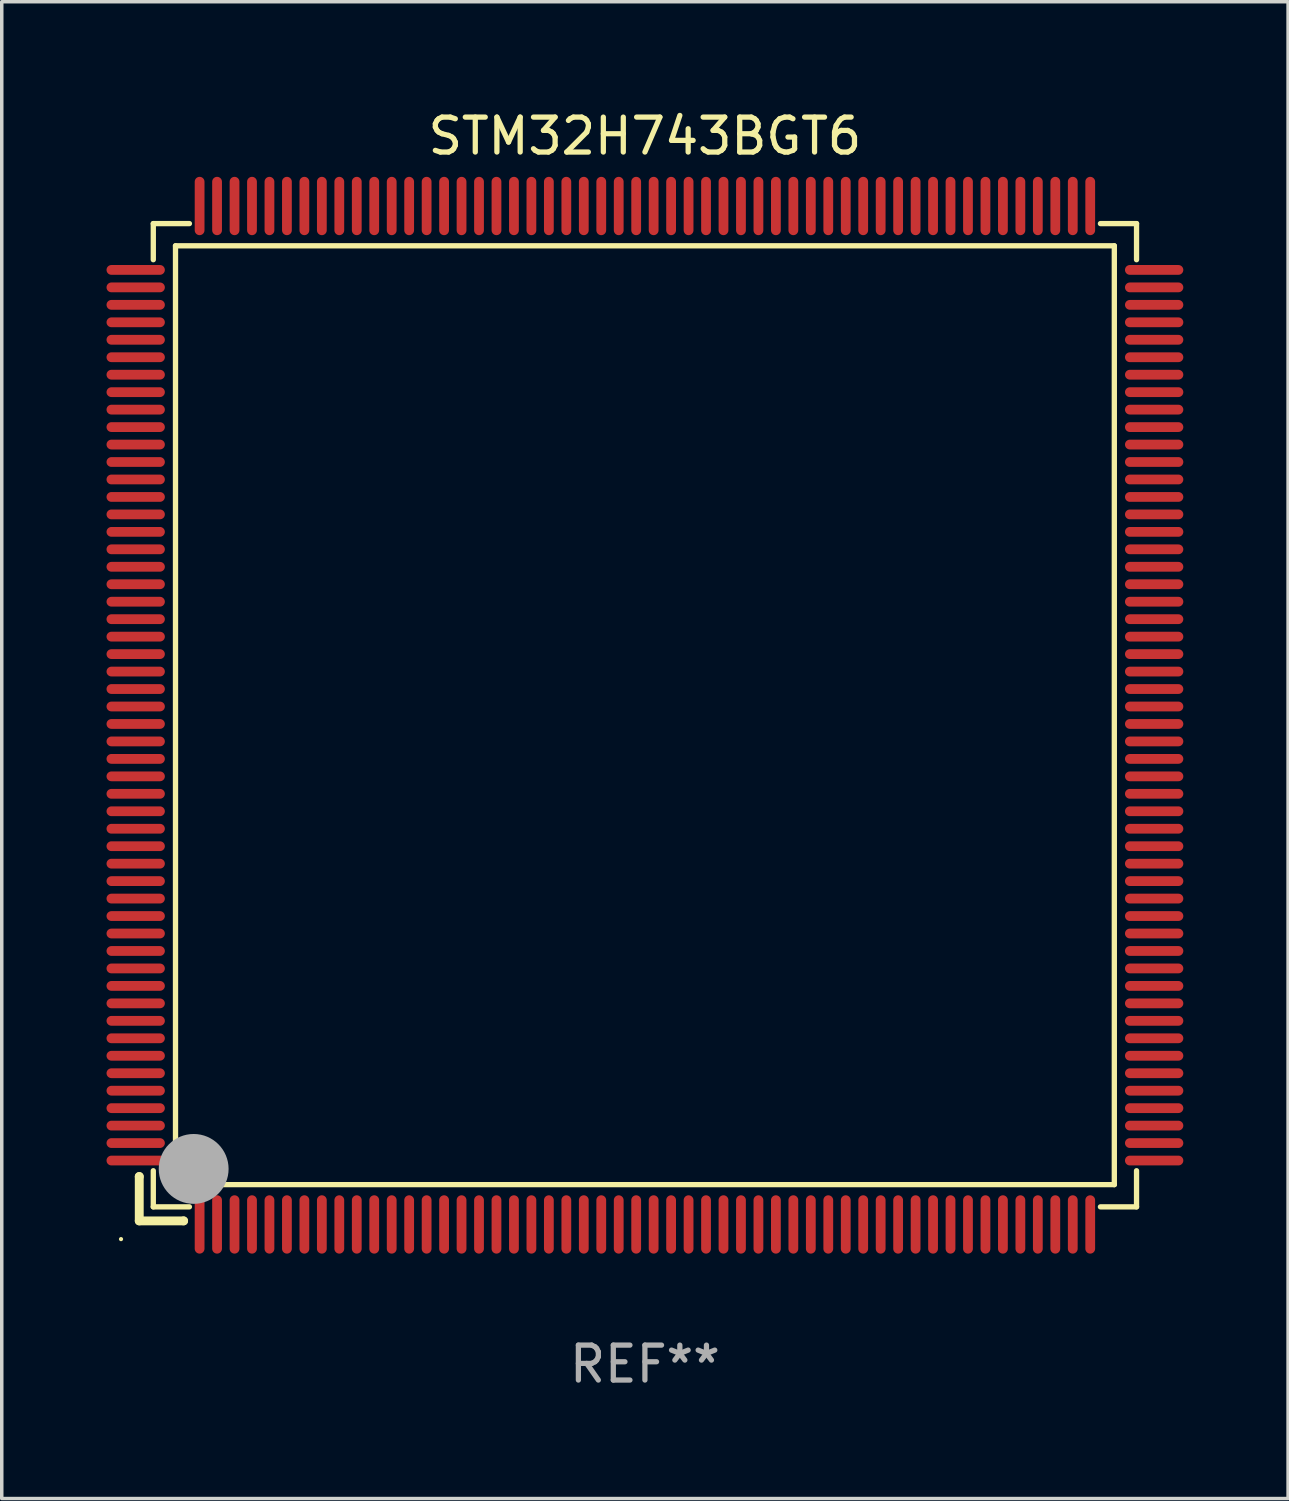
<source format=kicad_pcb>
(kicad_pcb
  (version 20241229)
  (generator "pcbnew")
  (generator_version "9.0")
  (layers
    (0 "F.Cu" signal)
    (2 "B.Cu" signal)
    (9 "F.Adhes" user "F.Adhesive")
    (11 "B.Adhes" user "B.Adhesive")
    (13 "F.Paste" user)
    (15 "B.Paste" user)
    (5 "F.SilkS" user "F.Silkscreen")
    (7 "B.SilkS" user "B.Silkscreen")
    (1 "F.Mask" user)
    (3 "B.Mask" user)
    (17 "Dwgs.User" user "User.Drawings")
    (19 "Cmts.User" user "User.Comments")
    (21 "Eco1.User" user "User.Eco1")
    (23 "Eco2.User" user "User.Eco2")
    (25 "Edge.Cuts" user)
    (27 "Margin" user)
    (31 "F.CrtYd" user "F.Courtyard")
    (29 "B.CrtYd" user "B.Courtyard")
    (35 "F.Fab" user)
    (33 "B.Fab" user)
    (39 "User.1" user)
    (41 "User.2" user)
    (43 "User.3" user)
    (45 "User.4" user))
  (footprint "STM32H743BGT6"
    (layer "F.Cu")
    (at 15.415 17.428)
    (property "Reference" "STM32H743BGT6" (at 0 -16.58 0) (layer "F.SilkS") (effects (font (size 1 1) (thickness 0.15))))
    (attr through_hole)
    (fp_line (start -14.478 13.208) (end -14.478 13.208) (stroke (width 0.254) (type solid)) (layer "F.SilkS"))
    (fp_line (start -14.478 13.208) (end -14.478 14.478) (stroke (width 0.254) (type solid)) (layer "F.SilkS"))
    (fp_line (start -14.478 14.478) (end -13.208 14.478) (stroke (width 0.254) (type solid)) (layer "F.SilkS"))
    (fp_line (start -14.076 -14.076) (end -14.076 -13.042) (stroke (width 0.152) (type solid)) (layer "F.SilkS"))
    (fp_line (start -14.076 14.076) (end -14.076 13.042) (stroke (width 0.152) (type solid)) (layer "F.SilkS"))
    (fp_line (start -13.44 -13.44) (end 13.44 -13.44) (stroke (width 0.152) (type solid)) (layer "F.SilkS"))
    (fp_line (start -13.44 13.44) (end -13.44 -13.44) (stroke (width 0.152) (type solid)) (layer "F.SilkS"))
    (fp_line (start -13.208 14.478) (end -13.208 14.478) (stroke (width 0.254) (type solid)) (layer "F.SilkS"))
    (fp_line (start -13.042 -14.076) (end -14.076 -14.076) (stroke (width 0.152) (type solid)) (layer "F.SilkS"))
    (fp_line (start -13.042 14.076) (end -14.076 14.076) (stroke (width 0.152) (type solid)) (layer "F.SilkS"))
    (fp_line (start 13.042 -14.076) (end 14.076 -14.076) (stroke (width 0.152) (type solid)) (layer "F.SilkS"))
    (fp_line (start 13.042 14.076) (end 14.076 14.076) (stroke (width 0.152) (type solid)) (layer "F.SilkS"))
    (fp_line (start 13.44 -13.44) (end 13.44 13.44) (stroke (width 0.152) (type solid)) (layer "F.SilkS"))
    (fp_line (start 13.44 13.44) (end -13.44 13.44) (stroke (width 0.152) (type solid)) (layer "F.SilkS"))
    (fp_line (start 14.076 -14.076) (end 14.076 -13.042) (stroke (width 0.152) (type solid)) (layer "F.SilkS"))
    (fp_line (start 14.076 14.076) (end 14.076 13.042) (stroke (width 0.152) (type solid)) (layer "F.SilkS"))
    (fp_circle (center -15 15) (end -14.97 15) (stroke (width 0.06) (type solid)) (fill no) (layer "F.SilkS"))
    (fp_circle (center -13.138 13.138) (end -13.063 13.138) (stroke (width 0.15) (type solid)) (fill no) (layer "F.SilkS"))
    (fp_circle (center -12.92 12.99) (end -12.42 12.99) (stroke (width 1) (type solid)) (fill no) (layer "F.Fab"))
    (fp_text user "REF**" (at 0 18.58 0) (layer "F.Fab") (effects (font (size 1 1) (thickness 0.15))))
    (pad "1" smd oval (at -12.75 14.58) (size 0.28 1.67) (layers "F.Cu" "F.Mask" "F.Paste"))
    (pad "2" smd oval (at -12.25 14.58) (size 0.28 1.67) (layers "F.Cu" "F.Mask" "F.Paste"))
    (pad "3" smd oval (at -11.75 14.58) (size 0.28 1.67) (layers "F.Cu" "F.Mask" "F.Paste"))
    (pad "4" smd oval (at -11.25 14.58) (size 0.28 1.67) (layers "F.Cu" "F.Mask" "F.Paste"))
    (pad "5" smd oval (at -10.75 14.58) (size 0.28 1.67) (layers "F.Cu" "F.Mask" "F.Paste"))
    (pad "6" smd oval (at -10.25 14.58) (size 0.28 1.67) (layers "F.Cu" "F.Mask" "F.Paste"))
    (pad "7" smd oval (at -9.75 14.58) (size 0.28 1.67) (layers "F.Cu" "F.Mask" "F.Paste"))
    (pad "8" smd oval (at -9.25 14.58) (size 0.28 1.67) (layers "F.Cu" "F.Mask" "F.Paste"))
    (pad "9" smd oval (at -8.75 14.58) (size 0.28 1.67) (layers "F.Cu" "F.Mask" "F.Paste"))
    (pad "10" smd oval (at -8.25 14.58) (size 0.28 1.67) (layers "F.Cu" "F.Mask" "F.Paste"))
    (pad "11" smd oval (at -7.75 14.58) (size 0.28 1.67) (layers "F.Cu" "F.Mask" "F.Paste"))
    (pad "12" smd oval (at -7.25 14.58) (size 0.28 1.67) (layers "F.Cu" "F.Mask" "F.Paste"))
    (pad "13" smd oval (at -6.75 14.58) (size 0.28 1.67) (layers "F.Cu" "F.Mask" "F.Paste"))
    (pad "14" smd oval (at -6.25 14.58) (size 0.28 1.67) (layers "F.Cu" "F.Mask" "F.Paste"))
    (pad "15" smd oval (at -5.75 14.58) (size 0.28 1.67) (layers "F.Cu" "F.Mask" "F.Paste"))
    (pad "16" smd oval (at -5.25 14.58) (size 0.28 1.67) (layers "F.Cu" "F.Mask" "F.Paste"))
    (pad "17" smd oval (at -4.75 14.58) (size 0.28 1.67) (layers "F.Cu" "F.Mask" "F.Paste"))
    (pad "18" smd oval (at -4.25 14.58) (size 0.28 1.67) (layers "F.Cu" "F.Mask" "F.Paste"))
    (pad "19" smd oval (at -3.75 14.58) (size 0.28 1.67) (layers "F.Cu" "F.Mask" "F.Paste"))
    (pad "20" smd oval (at -3.25 14.58) (size 0.28 1.67) (layers "F.Cu" "F.Mask" "F.Paste"))
    (pad "21" smd oval (at -2.75 14.58) (size 0.28 1.67) (layers "F.Cu" "F.Mask" "F.Paste"))
    (pad "22" smd oval (at -2.25 14.58) (size 0.28 1.67) (layers "F.Cu" "F.Mask" "F.Paste"))
    (pad "23" smd oval (at -1.75 14.58) (size 0.28 1.67) (layers "F.Cu" "F.Mask" "F.Paste"))
    (pad "24" smd oval (at -1.25 14.58) (size 0.28 1.67) (layers "F.Cu" "F.Mask" "F.Paste"))
    (pad "25" smd oval (at -0.75 14.58) (size 0.28 1.67) (layers "F.Cu" "F.Mask" "F.Paste"))
    (pad "26" smd oval (at -0.25 14.58) (size 0.28 1.67) (layers "F.Cu" "F.Mask" "F.Paste"))
    (pad "27" smd oval (at 0.25 14.58) (size 0.28 1.67) (layers "F.Cu" "F.Mask" "F.Paste"))
    (pad "28" smd oval (at 0.75 14.58) (size 0.28 1.67) (layers "F.Cu" "F.Mask" "F.Paste"))
    (pad "29" smd oval (at 1.25 14.58) (size 0.28 1.67) (layers "F.Cu" "F.Mask" "F.Paste"))
    (pad "30" smd oval (at 1.75 14.58) (size 0.28 1.67) (layers "F.Cu" "F.Mask" "F.Paste"))
    (pad "31" smd oval (at 2.25 14.58) (size 0.28 1.67) (layers "F.Cu" "F.Mask" "F.Paste"))
    (pad "32" smd oval (at 2.75 14.58) (size 0.28 1.67) (layers "F.Cu" "F.Mask" "F.Paste"))
    (pad "33" smd oval (at 3.25 14.58) (size 0.28 1.67) (layers "F.Cu" "F.Mask" "F.Paste"))
    (pad "34" smd oval (at 3.75 14.58) (size 0.28 1.67) (layers "F.Cu" "F.Mask" "F.Paste"))
    (pad "35" smd oval (at 4.25 14.58) (size 0.28 1.67) (layers "F.Cu" "F.Mask" "F.Paste"))
    (pad "36" smd oval (at 4.75 14.58) (size 0.28 1.67) (layers "F.Cu" "F.Mask" "F.Paste"))
    (pad "37" smd oval (at 5.25 14.58) (size 0.28 1.67) (layers "F.Cu" "F.Mask" "F.Paste"))
    (pad "38" smd oval (at 5.75 14.58) (size 0.28 1.67) (layers "F.Cu" "F.Mask" "F.Paste"))
    (pad "39" smd oval (at 6.25 14.58) (size 0.28 1.67) (layers "F.Cu" "F.Mask" "F.Paste"))
    (pad "40" smd oval (at 6.75 14.58) (size 0.28 1.67) (layers "F.Cu" "F.Mask" "F.Paste"))
    (pad "41" smd oval (at 7.25 14.58) (size 0.28 1.67) (layers "F.Cu" "F.Mask" "F.Paste"))
    (pad "42" smd oval (at 7.75 14.58) (size 0.28 1.67) (layers "F.Cu" "F.Mask" "F.Paste"))
    (pad "43" smd oval (at 8.25 14.58) (size 0.28 1.67) (layers "F.Cu" "F.Mask" "F.Paste"))
    (pad "44" smd oval (at 8.75 14.58) (size 0.28 1.67) (layers "F.Cu" "F.Mask" "F.Paste"))
    (pad "45" smd oval (at 9.25 14.58) (size 0.28 1.67) (layers "F.Cu" "F.Mask" "F.Paste"))
    (pad "46" smd oval (at 9.75 14.58) (size 0.28 1.67) (layers "F.Cu" "F.Mask" "F.Paste"))
    (pad "47" smd oval (at 10.25 14.58) (size 0.28 1.67) (layers "F.Cu" "F.Mask" "F.Paste"))
    (pad "48" smd oval (at 10.75 14.58) (size 0.28 1.67) (layers "F.Cu" "F.Mask" "F.Paste"))
    (pad "49" smd oval (at 11.25 14.58) (size 0.28 1.67) (layers "F.Cu" "F.Mask" "F.Paste"))
    (pad "50" smd oval (at 11.75 14.58) (size 0.28 1.67) (layers "F.Cu" "F.Mask" "F.Paste"))
    (pad "51" smd oval (at 12.25 14.58) (size 0.28 1.67) (layers "F.Cu" "F.Mask" "F.Paste"))
    (pad "52" smd oval (at 12.75 14.58) (size 0.28 1.67) (layers "F.Cu" "F.Mask" "F.Paste"))
    (pad "53" smd oval (at 14.58 12.75) (size 1.67 0.28) (layers "F.Cu" "F.Mask" "F.Paste"))
    (pad "54" smd oval (at 14.58 12.25) (size 1.67 0.28) (layers "F.Cu" "F.Mask" "F.Paste"))
    (pad "55" smd oval (at 14.58 11.75) (size 1.67 0.28) (layers "F.Cu" "F.Mask" "F.Paste"))
    (pad "56" smd oval (at 14.58 11.25) (size 1.67 0.28) (layers "F.Cu" "F.Mask" "F.Paste"))
    (pad "57" smd oval (at 14.58 10.75) (size 1.67 0.28) (layers "F.Cu" "F.Mask" "F.Paste"))
    (pad "58" smd oval (at 14.58 10.25) (size 1.67 0.28) (layers "F.Cu" "F.Mask" "F.Paste"))
    (pad "59" smd oval (at 14.58 9.75) (size 1.67 0.28) (layers "F.Cu" "F.Mask" "F.Paste"))
    (pad "60" smd oval (at 14.58 9.25) (size 1.67 0.28) (layers "F.Cu" "F.Mask" "F.Paste"))
    (pad "61" smd oval (at 14.58 8.75) (size 1.67 0.28) (layers "F.Cu" "F.Mask" "F.Paste"))
    (pad "62" smd oval (at 14.58 8.25) (size 1.67 0.28) (layers "F.Cu" "F.Mask" "F.Paste"))
    (pad "63" smd oval (at 14.58 7.75) (size 1.67 0.28) (layers "F.Cu" "F.Mask" "F.Paste"))
    (pad "64" smd oval (at 14.58 7.25) (size 1.67 0.28) (layers "F.Cu" "F.Mask" "F.Paste"))
    (pad "65" smd oval (at 14.58 6.75) (size 1.67 0.28) (layers "F.Cu" "F.Mask" "F.Paste"))
    (pad "66" smd oval (at 14.58 6.25) (size 1.67 0.28) (layers "F.Cu" "F.Mask" "F.Paste"))
    (pad "67" smd oval (at 14.58 5.75) (size 1.67 0.28) (layers "F.Cu" "F.Mask" "F.Paste"))
    (pad "68" smd oval (at 14.58 5.25) (size 1.67 0.28) (layers "F.Cu" "F.Mask" "F.Paste"))
    (pad "69" smd oval (at 14.58 4.75) (size 1.67 0.28) (layers "F.Cu" "F.Mask" "F.Paste"))
    (pad "70" smd oval (at 14.58 4.25) (size 1.67 0.28) (layers "F.Cu" "F.Mask" "F.Paste"))
    (pad "71" smd oval (at 14.58 3.75) (size 1.67 0.28) (layers "F.Cu" "F.Mask" "F.Paste"))
    (pad "72" smd oval (at 14.58 3.25) (size 1.67 0.28) (layers "F.Cu" "F.Mask" "F.Paste"))
    (pad "73" smd oval (at 14.58 2.75) (size 1.67 0.28) (layers "F.Cu" "F.Mask" "F.Paste"))
    (pad "74" smd oval (at 14.58 2.25) (size 1.67 0.28) (layers "F.Cu" "F.Mask" "F.Paste"))
    (pad "75" smd oval (at 14.58 1.75) (size 1.67 0.28) (layers "F.Cu" "F.Mask" "F.Paste"))
    (pad "76" smd oval (at 14.58 1.25) (size 1.67 0.28) (layers "F.Cu" "F.Mask" "F.Paste"))
    (pad "77" smd oval (at 14.58 0.75) (size 1.67 0.28) (layers "F.Cu" "F.Mask" "F.Paste"))
    (pad "78" smd oval (at 14.58 0.25) (size 1.67 0.28) (layers "F.Cu" "F.Mask" "F.Paste"))
    (pad "79" smd oval (at 14.58 -0.25) (size 1.67 0.28) (layers "F.Cu" "F.Mask" "F.Paste"))
    (pad "80" smd oval (at 14.58 -0.75) (size 1.67 0.28) (layers "F.Cu" "F.Mask" "F.Paste"))
    (pad "81" smd oval (at 14.58 -1.25) (size 1.67 0.28) (layers "F.Cu" "F.Mask" "F.Paste"))
    (pad "82" smd oval (at 14.58 -1.75) (size 1.67 0.28) (layers "F.Cu" "F.Mask" "F.Paste"))
    (pad "83" smd oval (at 14.58 -2.25) (size 1.67 0.28) (layers "F.Cu" "F.Mask" "F.Paste"))
    (pad "84" smd oval (at 14.58 -2.75) (size 1.67 0.28) (layers "F.Cu" "F.Mask" "F.Paste"))
    (pad "85" smd oval (at 14.58 -3.25) (size 1.67 0.28) (layers "F.Cu" "F.Mask" "F.Paste"))
    (pad "86" smd oval (at 14.58 -3.75) (size 1.67 0.28) (layers "F.Cu" "F.Mask" "F.Paste"))
    (pad "87" smd oval (at 14.58 -4.25) (size 1.67 0.28) (layers "F.Cu" "F.Mask" "F.Paste"))
    (pad "88" smd oval (at 14.58 -4.75) (size 1.67 0.28) (layers "F.Cu" "F.Mask" "F.Paste"))
    (pad "89" smd oval (at 14.58 -5.25) (size 1.67 0.28) (layers "F.Cu" "F.Mask" "F.Paste"))
    (pad "90" smd oval (at 14.58 -5.75) (size 1.67 0.28) (layers "F.Cu" "F.Mask" "F.Paste"))
    (pad "91" smd oval (at 14.58 -6.25) (size 1.67 0.28) (layers "F.Cu" "F.Mask" "F.Paste"))
    (pad "92" smd oval (at 14.58 -6.75) (size 1.67 0.28) (layers "F.Cu" "F.Mask" "F.Paste"))
    (pad "93" smd oval (at 14.58 -7.25) (size 1.67 0.28) (layers "F.Cu" "F.Mask" "F.Paste"))
    (pad "94" smd oval (at 14.58 -7.75) (size 1.67 0.28) (layers "F.Cu" "F.Mask" "F.Paste"))
    (pad "95" smd oval (at 14.58 -8.25) (size 1.67 0.28) (layers "F.Cu" "F.Mask" "F.Paste"))
    (pad "96" smd oval (at 14.58 -8.75) (size 1.67 0.28) (layers "F.Cu" "F.Mask" "F.Paste"))
    (pad "97" smd oval (at 14.58 -9.25) (size 1.67 0.28) (layers "F.Cu" "F.Mask" "F.Paste"))
    (pad "98" smd oval (at 14.58 -9.75) (size 1.67 0.28) (layers "F.Cu" "F.Mask" "F.Paste"))
    (pad "99" smd oval (at 14.58 -10.25) (size 1.67 0.28) (layers "F.Cu" "F.Mask" "F.Paste"))
    (pad "100" smd oval (at 14.58 -10.75) (size 1.67 0.28) (layers "F.Cu" "F.Mask" "F.Paste"))
    (pad "101" smd oval (at 14.58 -11.25) (size 1.67 0.28) (layers "F.Cu" "F.Mask" "F.Paste"))
    (pad "102" smd oval (at 14.58 -11.75) (size 1.67 0.28) (layers "F.Cu" "F.Mask" "F.Paste"))
    (pad "103" smd oval (at 14.58 -12.25) (size 1.67 0.28) (layers "F.Cu" "F.Mask" "F.Paste"))
    (pad "104" smd oval (at 14.58 -12.75) (size 1.67 0.28) (layers "F.Cu" "F.Mask" "F.Paste"))
    (pad "105" smd oval (at 12.75 -14.58) (size 0.28 1.67) (layers "F.Cu" "F.Mask" "F.Paste"))
    (pad "106" smd oval (at 12.25 -14.58) (size 0.28 1.67) (layers "F.Cu" "F.Mask" "F.Paste"))
    (pad "107" smd oval (at 11.75 -14.58) (size 0.28 1.67) (layers "F.Cu" "F.Mask" "F.Paste"))
    (pad "108" smd oval (at 11.25 -14.58) (size 0.28 1.67) (layers "F.Cu" "F.Mask" "F.Paste"))
    (pad "109" smd oval (at 10.75 -14.58) (size 0.28 1.67) (layers "F.Cu" "F.Mask" "F.Paste"))
    (pad "110" smd oval (at 10.25 -14.58) (size 0.28 1.67) (layers "F.Cu" "F.Mask" "F.Paste"))
    (pad "111" smd oval (at 9.75 -14.58) (size 0.28 1.67) (layers "F.Cu" "F.Mask" "F.Paste"))
    (pad "112" smd oval (at 9.25 -14.58) (size 0.28 1.67) (layers "F.Cu" "F.Mask" "F.Paste"))
    (pad "113" smd oval (at 8.75 -14.58) (size 0.28 1.67) (layers "F.Cu" "F.Mask" "F.Paste"))
    (pad "114" smd oval (at 8.25 -14.58) (size 0.28 1.67) (layers "F.Cu" "F.Mask" "F.Paste"))
    (pad "115" smd oval (at 7.75 -14.58) (size 0.28 1.67) (layers "F.Cu" "F.Mask" "F.Paste"))
    (pad "116" smd oval (at 7.25 -14.58) (size 0.28 1.67) (layers "F.Cu" "F.Mask" "F.Paste"))
    (pad "117" smd oval (at 6.75 -14.58) (size 0.28 1.67) (layers "F.Cu" "F.Mask" "F.Paste"))
    (pad "118" smd oval (at 6.25 -14.58) (size 0.28 1.67) (layers "F.Cu" "F.Mask" "F.Paste"))
    (pad "119" smd oval (at 5.75 -14.58) (size 0.28 1.67) (layers "F.Cu" "F.Mask" "F.Paste"))
    (pad "120" smd oval (at 5.25 -14.58) (size 0.28 1.67) (layers "F.Cu" "F.Mask" "F.Paste"))
    (pad "121" smd oval (at 4.75 -14.58) (size 0.28 1.67) (layers "F.Cu" "F.Mask" "F.Paste"))
    (pad "122" smd oval (at 4.25 -14.58) (size 0.28 1.67) (layers "F.Cu" "F.Mask" "F.Paste"))
    (pad "123" smd oval (at 3.75 -14.58) (size 0.28 1.67) (layers "F.Cu" "F.Mask" "F.Paste"))
    (pad "124" smd oval (at 3.25 -14.58) (size 0.28 1.67) (layers "F.Cu" "F.Mask" "F.Paste"))
    (pad "125" smd oval (at 2.75 -14.58) (size 0.28 1.67) (layers "F.Cu" "F.Mask" "F.Paste"))
    (pad "126" smd oval (at 2.25 -14.58) (size 0.28 1.67) (layers "F.Cu" "F.Mask" "F.Paste"))
    (pad "127" smd oval (at 1.75 -14.58) (size 0.28 1.67) (layers "F.Cu" "F.Mask" "F.Paste"))
    (pad "128" smd oval (at 1.25 -14.58) (size 0.28 1.67) (layers "F.Cu" "F.Mask" "F.Paste"))
    (pad "129" smd oval (at 0.75 -14.58) (size 0.28 1.67) (layers "F.Cu" "F.Mask" "F.Paste"))
    (pad "130" smd oval (at 0.25 -14.58) (size 0.28 1.67) (layers "F.Cu" "F.Mask" "F.Paste"))
    (pad "131" smd oval (at -0.25 -14.58) (size 0.28 1.67) (layers "F.Cu" "F.Mask" "F.Paste"))
    (pad "132" smd oval (at -0.75 -14.58) (size 0.28 1.67) (layers "F.Cu" "F.Mask" "F.Paste"))
    (pad "133" smd oval (at -1.25 -14.58) (size 0.28 1.67) (layers "F.Cu" "F.Mask" "F.Paste"))
    (pad "134" smd oval (at -1.75 -14.58) (size 0.28 1.67) (layers "F.Cu" "F.Mask" "F.Paste"))
    (pad "135" smd oval (at -2.25 -14.58) (size 0.28 1.67) (layers "F.Cu" "F.Mask" "F.Paste"))
    (pad "136" smd oval (at -2.75 -14.58) (size 0.28 1.67) (layers "F.Cu" "F.Mask" "F.Paste"))
    (pad "137" smd oval (at -3.25 -14.58) (size 0.28 1.67) (layers "F.Cu" "F.Mask" "F.Paste"))
    (pad "138" smd oval (at -3.75 -14.58) (size 0.28 1.67) (layers "F.Cu" "F.Mask" "F.Paste"))
    (pad "139" smd oval (at -4.25 -14.58) (size 0.28 1.67) (layers "F.Cu" "F.Mask" "F.Paste"))
    (pad "140" smd oval (at -4.75 -14.58) (size 0.28 1.67) (layers "F.Cu" "F.Mask" "F.Paste"))
    (pad "141" smd oval (at -5.25 -14.58) (size 0.28 1.67) (layers "F.Cu" "F.Mask" "F.Paste"))
    (pad "142" smd oval (at -5.75 -14.58) (size 0.28 1.67) (layers "F.Cu" "F.Mask" "F.Paste"))
    (pad "143" smd oval (at -6.25 -14.58) (size 0.28 1.67) (layers "F.Cu" "F.Mask" "F.Paste"))
    (pad "144" smd oval (at -6.75 -14.58) (size 0.28 1.67) (layers "F.Cu" "F.Mask" "F.Paste"))
    (pad "145" smd oval (at -7.25 -14.58) (size 0.28 1.67) (layers "F.Cu" "F.Mask" "F.Paste"))
    (pad "146" smd oval (at -7.75 -14.58) (size 0.28 1.67) (layers "F.Cu" "F.Mask" "F.Paste"))
    (pad "147" smd oval (at -8.25 -14.58) (size 0.28 1.67) (layers "F.Cu" "F.Mask" "F.Paste"))
    (pad "148" smd oval (at -8.75 -14.58) (size 0.28 1.67) (layers "F.Cu" "F.Mask" "F.Paste"))
    (pad "149" smd oval (at -9.25 -14.58) (size 0.28 1.67) (layers "F.Cu" "F.Mask" "F.Paste"))
    (pad "150" smd oval (at -9.75 -14.58) (size 0.28 1.67) (layers "F.Cu" "F.Mask" "F.Paste"))
    (pad "151" smd oval (at -10.25 -14.58) (size 0.28 1.67) (layers "F.Cu" "F.Mask" "F.Paste"))
    (pad "152" smd oval (at -10.75 -14.58) (size 0.28 1.67) (layers "F.Cu" "F.Mask" "F.Paste"))
    (pad "153" smd oval (at -11.25 -14.58) (size 0.28 1.67) (layers "F.Cu" "F.Mask" "F.Paste"))
    (pad "154" smd oval (at -11.75 -14.58) (size 0.28 1.67) (layers "F.Cu" "F.Mask" "F.Paste"))
    (pad "155" smd oval (at -12.25 -14.58) (size 0.28 1.67) (layers "F.Cu" "F.Mask" "F.Paste"))
    (pad "156" smd oval (at -12.75 -14.58) (size 0.28 1.67) (layers "F.Cu" "F.Mask" "F.Paste"))
    (pad "157" smd oval (at -14.58 -12.75) (size 1.67 0.28) (layers "F.Cu" "F.Mask" "F.Paste"))
    (pad "158" smd oval (at -14.58 -12.25) (size 1.67 0.28) (layers "F.Cu" "F.Mask" "F.Paste"))
    (pad "159" smd oval (at -14.58 -11.75) (size 1.67 0.28) (layers "F.Cu" "F.Mask" "F.Paste"))
    (pad "160" smd oval (at -14.58 -11.25) (size 1.67 0.28) (layers "F.Cu" "F.Mask" "F.Paste"))
    (pad "161" smd oval (at -14.58 -10.75) (size 1.67 0.28) (layers "F.Cu" "F.Mask" "F.Paste"))
    (pad "162" smd oval (at -14.58 -10.25) (size 1.67 0.28) (layers "F.Cu" "F.Mask" "F.Paste"))
    (pad "163" smd oval (at -14.58 -9.75) (size 1.67 0.28) (layers "F.Cu" "F.Mask" "F.Paste"))
    (pad "164" smd oval (at -14.58 -9.25) (size 1.67 0.28) (layers "F.Cu" "F.Mask" "F.Paste"))
    (pad "165" smd oval (at -14.58 -8.75) (size 1.67 0.28) (layers "F.Cu" "F.Mask" "F.Paste"))
    (pad "166" smd oval (at -14.58 -8.25) (size 1.67 0.28) (layers "F.Cu" "F.Mask" "F.Paste"))
    (pad "167" smd oval (at -14.58 -7.75) (size 1.67 0.28) (layers "F.Cu" "F.Mask" "F.Paste"))
    (pad "168" smd oval (at -14.58 -7.25) (size 1.67 0.28) (layers "F.Cu" "F.Mask" "F.Paste"))
    (pad "169" smd oval (at -14.58 -6.75) (size 1.67 0.28) (layers "F.Cu" "F.Mask" "F.Paste"))
    (pad "170" smd oval (at -14.58 -6.25) (size 1.67 0.28) (layers "F.Cu" "F.Mask" "F.Paste"))
    (pad "171" smd oval (at -14.58 -5.75) (size 1.67 0.28) (layers "F.Cu" "F.Mask" "F.Paste"))
    (pad "172" smd oval (at -14.58 -5.25) (size 1.67 0.28) (layers "F.Cu" "F.Mask" "F.Paste"))
    (pad "173" smd oval (at -14.58 -4.75) (size 1.67 0.28) (layers "F.Cu" "F.Mask" "F.Paste"))
    (pad "174" smd oval (at -14.58 -4.25) (size 1.67 0.28) (layers "F.Cu" "F.Mask" "F.Paste"))
    (pad "175" smd oval (at -14.58 -3.75) (size 1.67 0.28) (layers "F.Cu" "F.Mask" "F.Paste"))
    (pad "176" smd oval (at -14.58 -3.25) (size 1.67 0.28) (layers "F.Cu" "F.Mask" "F.Paste"))
    (pad "177" smd oval (at -14.58 -2.75) (size 1.67 0.28) (layers "F.Cu" "F.Mask" "F.Paste"))
    (pad "178" smd oval (at -14.58 -2.25) (size 1.67 0.28) (layers "F.Cu" "F.Mask" "F.Paste"))
    (pad "179" smd oval (at -14.58 -1.75) (size 1.67 0.28) (layers "F.Cu" "F.Mask" "F.Paste"))
    (pad "180" smd oval (at -14.58 -1.25) (size 1.67 0.28) (layers "F.Cu" "F.Mask" "F.Paste"))
    (pad "181" smd oval (at -14.58 -0.75) (size 1.67 0.28) (layers "F.Cu" "F.Mask" "F.Paste"))
    (pad "182" smd oval (at -14.58 -0.25) (size 1.67 0.28) (layers "F.Cu" "F.Mask" "F.Paste"))
    (pad "183" smd oval (at -14.58 0.25) (size 1.67 0.28) (layers "F.Cu" "F.Mask" "F.Paste"))
    (pad "184" smd oval (at -14.58 0.75) (size 1.67 0.28) (layers "F.Cu" "F.Mask" "F.Paste"))
    (pad "185" smd oval (at -14.58 1.25) (size 1.67 0.28) (layers "F.Cu" "F.Mask" "F.Paste"))
    (pad "186" smd oval (at -14.58 1.75) (size 1.67 0.28) (layers "F.Cu" "F.Mask" "F.Paste"))
    (pad "187" smd oval (at -14.58 2.25) (size 1.67 0.28) (layers "F.Cu" "F.Mask" "F.Paste"))
    (pad "188" smd oval (at -14.58 2.75) (size 1.67 0.28) (layers "F.Cu" "F.Mask" "F.Paste"))
    (pad "189" smd oval (at -14.58 3.25) (size 1.67 0.28) (layers "F.Cu" "F.Mask" "F.Paste"))
    (pad "190" smd oval (at -14.58 3.75) (size 1.67 0.28) (layers "F.Cu" "F.Mask" "F.Paste"))
    (pad "191" smd oval (at -14.58 4.25) (size 1.67 0.28) (layers "F.Cu" "F.Mask" "F.Paste"))
    (pad "192" smd oval (at -14.58 4.75) (size 1.67 0.28) (layers "F.Cu" "F.Mask" "F.Paste"))
    (pad "193" smd oval (at -14.58 5.25) (size 1.67 0.28) (layers "F.Cu" "F.Mask" "F.Paste"))
    (pad "194" smd oval (at -14.58 5.75) (size 1.67 0.28) (layers "F.Cu" "F.Mask" "F.Paste"))
    (pad "195" smd oval (at -14.58 6.25) (size 1.67 0.28) (layers "F.Cu" "F.Mask" "F.Paste"))
    (pad "196" smd oval (at -14.58 6.75) (size 1.67 0.28) (layers "F.Cu" "F.Mask" "F.Paste"))
    (pad "197" smd oval (at -14.58 7.25) (size 1.67 0.28) (layers "F.Cu" "F.Mask" "F.Paste"))
    (pad "198" smd oval (at -14.58 7.75) (size 1.67 0.28) (layers "F.Cu" "F.Mask" "F.Paste"))
    (pad "199" smd oval (at -14.58 8.25) (size 1.67 0.28) (layers "F.Cu" "F.Mask" "F.Paste"))
    (pad "200" smd oval (at -14.58 8.75) (size 1.67 0.28) (layers "F.Cu" "F.Mask" "F.Paste"))
    (pad "201" smd oval (at -14.58 9.25) (size 1.67 0.28) (layers "F.Cu" "F.Mask" "F.Paste"))
    (pad "202" smd oval (at -14.58 9.75) (size 1.67 0.28) (layers "F.Cu" "F.Mask" "F.Paste"))
    (pad "203" smd oval (at -14.58 10.25) (size 1.67 0.28) (layers "F.Cu" "F.Mask" "F.Paste"))
    (pad "204" smd oval (at -14.58 10.75) (size 1.67 0.28) (layers "F.Cu" "F.Mask" "F.Paste"))
    (pad "205" smd oval (at -14.58 11.25) (size 1.67 0.28) (layers "F.Cu" "F.Mask" "F.Paste"))
    (pad "206" smd oval (at -14.58 11.75) (size 1.67 0.28) (layers "F.Cu" "F.Mask" "F.Paste"))
    (pad "207" smd oval (at -14.58 12.25) (size 1.67 0.28) (layers "F.Cu" "F.Mask" "F.Paste"))
    (pad "208" smd oval (at -14.58 12.75) (size 1.67 0.28) (layers "F.Cu" "F.Mask" "F.Paste")))
  (gr_rect
    (start -3 -3)
    (end 33.83 39.856)
    (stroke (width 0.1) (type default))
    (fill no)
    (layer "Edge.Cuts")))
</source>
